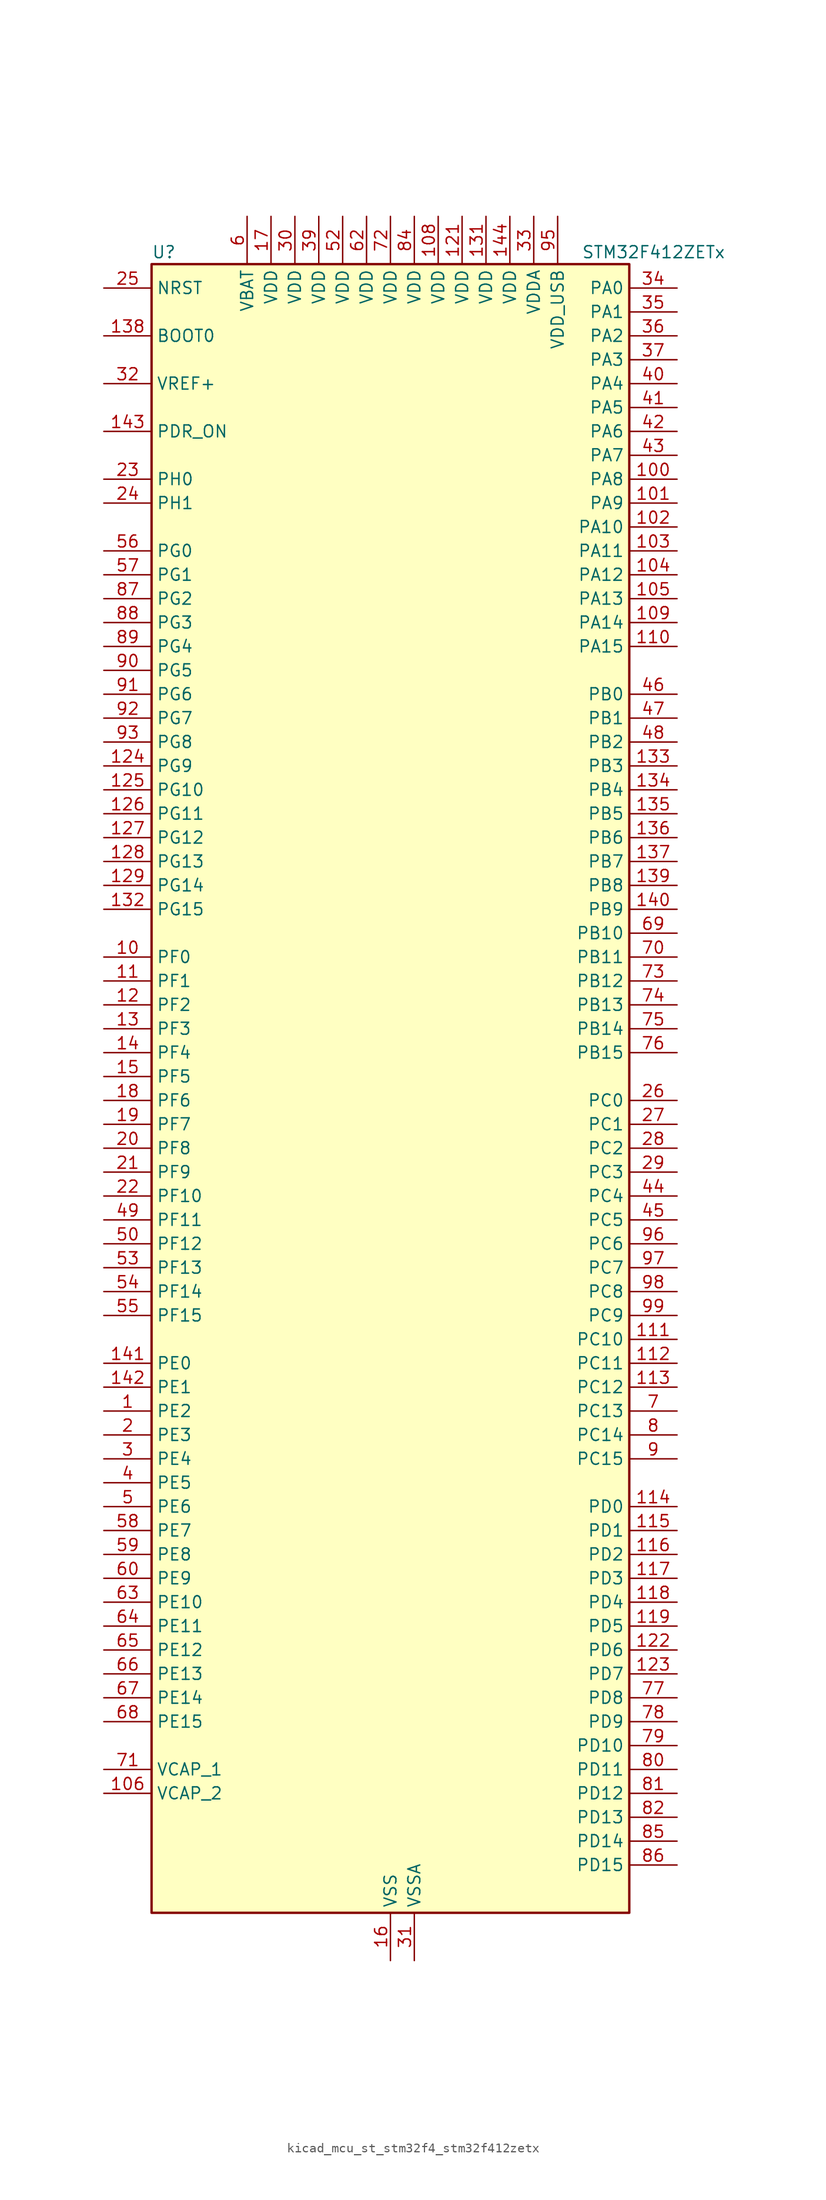
<source format=kicad_sym>
(kicad_symbol_lib
  (version 20220914)
  (generator kicad_symbol_editor)
  (symbol "kicad_mcu_st_stm32f4_stm32f412zetx"
    (property "Reference" "U"
      (at -25.4 90.17 0)
      (effects (font (size 1.27 1.27)) (justify left)))
    (property "Value" "STM32F412ZETx"
      (at 20.32 90.17 0)
      (effects (font (size 1.27 1.27)) (justify left)))
    (property "ki_locked" ""
      (at 0 0 0)
      (effects (font (size 1.27 1.27))))
    (symbol "kicad_mcu_st_stm32f4_stm32f412zetx_0_1"
      (rectangle (start -25.4 -86.36) (end 25.4 88.9) (stroke (width 0.254) (type default)) (fill (type background))))
    (symbol "kicad_mcu_st_stm32f4_stm32f412zetx_1_1"
      (pin bidirectional line (at -30.48 -33.02 0) (length 5.08) (name "PE2" (effects (font (size 1.27 1.27)))) (number "1" (effects (font (size 1.27 1.27)))) (alternate "FSMC_A23" bidirectional line) (alternate "I2S4_CK" bidirectional line) (alternate "I2S5_CK" bidirectional line) (alternate "QUADSPI_BK1_IO2" bidirectional line) (alternate "SPI4_SCK" bidirectional line) (alternate "SPI5_SCK" bidirectional line) (alternate "SYS_TRACECLK" bidirectional line))
      (pin bidirectional line (at -30.48 15.24 0) (length 5.08) (name "PF0" (effects (font (size 1.27 1.27)))) (number "10" (effects (font (size 1.27 1.27)))) (alternate "FSMC_A0" bidirectional line) (alternate "I2C2_SDA" bidirectional line))
      (pin bidirectional line (at 30.48 66.04 180) (length 5.08) (name "PA8" (effects (font (size 1.27 1.27)))) (number "100" (effects (font (size 1.27 1.27)))) (alternate "I2C3_SCL" bidirectional line) (alternate "RCC_MCO_1" bidirectional line) (alternate "SDIO_D1" bidirectional line) (alternate "TIM1_CH1" bidirectional line) (alternate "USART1_CK" bidirectional line) (alternate "USB_OTG_FS_SOF" bidirectional line))
      (pin bidirectional line (at 30.48 63.5 180) (length 5.08) (name "PA9" (effects (font (size 1.27 1.27)))) (number "101" (effects (font (size 1.27 1.27)))) (alternate "I2C3_SMBA" bidirectional line) (alternate "SDIO_D2" bidirectional line) (alternate "TIM1_CH2" bidirectional line) (alternate "USART1_TX" bidirectional line) (alternate "USB_OTG_FS_VBUS" bidirectional line))
      (pin bidirectional line (at 30.48 60.96 180) (length 5.08) (name "PA10" (effects (font (size 1.27 1.27)))) (number "102" (effects (font (size 1.27 1.27)))) (alternate "I2S5_SD" bidirectional line) (alternate "SPI5_MOSI" bidirectional line) (alternate "TIM1_CH3" bidirectional line) (alternate "USART1_RX" bidirectional line) (alternate "USB_OTG_FS_ID" bidirectional line))
      (pin bidirectional line (at 30.48 58.42 180) (length 5.08) (name "PA11" (effects (font (size 1.27 1.27)))) (number "103" (effects (font (size 1.27 1.27)))) (alternate "ADC1_EXTI11" bidirectional line) (alternate "CAN1_RX" bidirectional line) (alternate "SPI4_MISO" bidirectional line) (alternate "TIM1_CH4" bidirectional line) (alternate "USART1_CTS" bidirectional line) (alternate "USART6_TX" bidirectional line) (alternate "USB_OTG_FS_DM" bidirectional line))
      (pin bidirectional line (at 30.48 55.88 180) (length 5.08) (name "PA12" (effects (font (size 1.27 1.27)))) (number "104" (effects (font (size 1.27 1.27)))) (alternate "CAN1_TX" bidirectional line) (alternate "SPI5_MISO" bidirectional line) (alternate "TIM1_ETR" bidirectional line) (alternate "USART1_RTS" bidirectional line) (alternate "USART6_RX" bidirectional line) (alternate "USB_OTG_FS_DP" bidirectional line))
      (pin bidirectional line (at 30.48 53.34 180) (length 5.08) (name "PA13" (effects (font (size 1.27 1.27)))) (number "105" (effects (font (size 1.27 1.27)))) (alternate "SYS_JTMS-SWDIO" bidirectional line))
      (pin power_out line (at -30.48 -73.66 0) (length 5.08) (name "VCAP_2" (effects (font (size 1.27 1.27)))) (number "106" (effects (font (size 1.27 1.27)))))
      (pin passive line (at 0 -91.44 90) (length 5.08) hide (name "VSS" (effects (font (size 1.27 1.27)))) (number "107" (effects (font (size 1.27 1.27)))))
      (pin power_in line (at 5.08 93.98 270) (length 5.08) (name "VDD" (effects (font (size 1.27 1.27)))) (number "108" (effects (font (size 1.27 1.27)))))
      (pin bidirectional line (at 30.48 50.8 180) (length 5.08) (name "PA14" (effects (font (size 1.27 1.27)))) (number "109" (effects (font (size 1.27 1.27)))) (alternate "SYS_JTCK-SWCLK" bidirectional line))
      (pin bidirectional line (at -30.48 12.7 0) (length 5.08) (name "PF1" (effects (font (size 1.27 1.27)))) (number "11" (effects (font (size 1.27 1.27)))) (alternate "FSMC_A1" bidirectional line) (alternate "I2C2_SCL" bidirectional line))
      (pin bidirectional line (at 30.48 48.26 180) (length 5.08) (name "PA15" (effects (font (size 1.27 1.27)))) (number "110" (effects (font (size 1.27 1.27)))) (alternate "ADC1_EXTI15" bidirectional line) (alternate "I2S1_WS" bidirectional line) (alternate "I2S3_WS" bidirectional line) (alternate "SPI1_NSS" bidirectional line) (alternate "SPI3_NSS" bidirectional line) (alternate "SYS_JTDI" bidirectional line) (alternate "TIM2_CH1" bidirectional line) (alternate "TIM2_ETR" bidirectional line) (alternate "USART1_TX" bidirectional line))
      (pin bidirectional line (at 30.48 -25.4 180) (length 5.08) (name "PC10" (effects (font (size 1.27 1.27)))) (number "111" (effects (font (size 1.27 1.27)))) (alternate "I2S3_CK" bidirectional line) (alternate "QUADSPI_BK1_IO1" bidirectional line) (alternate "SDIO_D2" bidirectional line) (alternate "SPI3_SCK" bidirectional line) (alternate "USART3_TX" bidirectional line))
      (pin bidirectional line (at 30.48 -27.94 180) (length 5.08) (name "PC11" (effects (font (size 1.27 1.27)))) (number "112" (effects (font (size 1.27 1.27)))) (alternate "ADC1_EXTI11" bidirectional line) (alternate "FSMC_D2" bidirectional line) (alternate "FSMC_DA2" bidirectional line) (alternate "I2S3_ext_SD" bidirectional line) (alternate "QUADSPI_BK2_NCS" bidirectional line) (alternate "SDIO_D3" bidirectional line) (alternate "SPI3_MISO" bidirectional line) (alternate "USART3_RX" bidirectional line))
      (pin bidirectional line (at 30.48 -30.48 180) (length 5.08) (name "PC12" (effects (font (size 1.27 1.27)))) (number "113" (effects (font (size 1.27 1.27)))) (alternate "FSMC_D3" bidirectional line) (alternate "FSMC_DA3" bidirectional line) (alternate "I2S3_SD" bidirectional line) (alternate "SDIO_CK" bidirectional line) (alternate "SPI3_MOSI" bidirectional line) (alternate "USART3_CK" bidirectional line))
      (pin bidirectional line (at 30.48 -43.18 180) (length 5.08) (name "PD0" (effects (font (size 1.27 1.27)))) (number "114" (effects (font (size 1.27 1.27)))) (alternate "CAN1_RX" bidirectional line) (alternate "FSMC_D2" bidirectional line) (alternate "FSMC_DA2" bidirectional line))
      (pin bidirectional line (at 30.48 -45.72 180) (length 5.08) (name "PD1" (effects (font (size 1.27 1.27)))) (number "115" (effects (font (size 1.27 1.27)))) (alternate "CAN1_TX" bidirectional line) (alternate "FSMC_D3" bidirectional line) (alternate "FSMC_DA3" bidirectional line))
      (pin bidirectional line (at 30.48 -48.26 180) (length 5.08) (name "PD2" (effects (font (size 1.27 1.27)))) (number "116" (effects (font (size 1.27 1.27)))) (alternate "FSMC_NWE" bidirectional line) (alternate "SDIO_CMD" bidirectional line) (alternate "TIM3_ETR" bidirectional line))
      (pin bidirectional line (at 30.48 -50.8 180) (length 5.08) (name "PD3" (effects (font (size 1.27 1.27)))) (number "117" (effects (font (size 1.27 1.27)))) (alternate "DFSDM1_DATIN0" bidirectional line) (alternate "FSMC_CLK" bidirectional line) (alternate "I2S2_CK" bidirectional line) (alternate "QUADSPI_CLK" bidirectional line) (alternate "SPI2_SCK" bidirectional line) (alternate "SYS_TRACED1" bidirectional line) (alternate "USART2_CTS" bidirectional line))
      (pin bidirectional line (at 30.48 -53.34 180) (length 5.08) (name "PD4" (effects (font (size 1.27 1.27)))) (number "118" (effects (font (size 1.27 1.27)))) (alternate "DFSDM1_CKIN0" bidirectional line) (alternate "FSMC_NOE" bidirectional line) (alternate "USART2_RTS" bidirectional line))
      (pin bidirectional line (at 30.48 -55.88 180) (length 5.08) (name "PD5" (effects (font (size 1.27 1.27)))) (number "119" (effects (font (size 1.27 1.27)))) (alternate "FSMC_NWE" bidirectional line) (alternate "USART2_TX" bidirectional line))
      (pin bidirectional line (at -30.48 10.16 0) (length 5.08) (name "PF2" (effects (font (size 1.27 1.27)))) (number "12" (effects (font (size 1.27 1.27)))) (alternate "FSMC_A2" bidirectional line) (alternate "I2C2_SMBA" bidirectional line))
      (pin passive line (at 0 -91.44 90) (length 5.08) hide (name "VSS" (effects (font (size 1.27 1.27)))) (number "120" (effects (font (size 1.27 1.27)))))
      (pin power_in line (at 7.62 93.98 270) (length 5.08) (name "VDD" (effects (font (size 1.27 1.27)))) (number "121" (effects (font (size 1.27 1.27)))))
      (pin bidirectional line (at 30.48 -58.42 180) (length 5.08) (name "PD6" (effects (font (size 1.27 1.27)))) (number "122" (effects (font (size 1.27 1.27)))) (alternate "DFSDM1_DATIN1" bidirectional line) (alternate "FSMC_NWAIT" bidirectional line) (alternate "I2S3_SD" bidirectional line) (alternate "SPI3_MOSI" bidirectional line) (alternate "USART2_RX" bidirectional line))
      (pin bidirectional line (at 30.48 -60.96 180) (length 5.08) (name "PD7" (effects (font (size 1.27 1.27)))) (number "123" (effects (font (size 1.27 1.27)))) (alternate "DFSDM1_CKIN1" bidirectional line) (alternate "FSMC_NE1" bidirectional line) (alternate "USART2_CK" bidirectional line))
      (pin bidirectional line (at -30.48 35.56 0) (length 5.08) (name "PG9" (effects (font (size 1.27 1.27)))) (number "124" (effects (font (size 1.27 1.27)))) (alternate "FSMC_NE2" bidirectional line) (alternate "QUADSPI_BK2_IO2" bidirectional line) (alternate "USART6_RX" bidirectional line))
      (pin bidirectional line (at -30.48 33.02 0) (length 5.08) (name "PG10" (effects (font (size 1.27 1.27)))) (number "125" (effects (font (size 1.27 1.27)))) (alternate "FSMC_NE3" bidirectional line))
      (pin bidirectional line (at -30.48 30.48 0) (length 5.08) (name "PG11" (effects (font (size 1.27 1.27)))) (number "126" (effects (font (size 1.27 1.27)))) (alternate "ADC1_EXTI11" bidirectional line) (alternate "CAN2_RX" bidirectional line))
      (pin bidirectional line (at -30.48 27.94 0) (length 5.08) (name "PG12" (effects (font (size 1.27 1.27)))) (number "127" (effects (font (size 1.27 1.27)))) (alternate "CAN2_TX" bidirectional line) (alternate "FSMC_NE4" bidirectional line) (alternate "USART6_RTS" bidirectional line))
      (pin bidirectional line (at -30.48 25.4 0) (length 5.08) (name "PG13" (effects (font (size 1.27 1.27)))) (number "128" (effects (font (size 1.27 1.27)))) (alternate "FSMC_A24" bidirectional line) (alternate "SYS_TRACED2" bidirectional line) (alternate "USART6_CTS" bidirectional line))
      (pin bidirectional line (at -30.48 22.86 0) (length 5.08) (name "PG14" (effects (font (size 1.27 1.27)))) (number "129" (effects (font (size 1.27 1.27)))) (alternate "FSMC_A25" bidirectional line) (alternate "QUADSPI_BK2_IO3" bidirectional line) (alternate "SYS_TRACED3" bidirectional line) (alternate "USART6_TX" bidirectional line))
      (pin bidirectional line (at -30.48 7.62 0) (length 5.08) (name "PF3" (effects (font (size 1.27 1.27)))) (number "13" (effects (font (size 1.27 1.27)))) (alternate "FSMC_A3" bidirectional line) (alternate "TIM5_CH1" bidirectional line))
      (pin passive line (at 0 -91.44 90) (length 5.08) hide (name "VSS" (effects (font (size 1.27 1.27)))) (number "130" (effects (font (size 1.27 1.27)))))
      (pin power_in line (at 10.16 93.98 270) (length 5.08) (name "VDD" (effects (font (size 1.27 1.27)))) (number "131" (effects (font (size 1.27 1.27)))))
      (pin bidirectional line (at -30.48 20.32 0) (length 5.08) (name "PG15" (effects (font (size 1.27 1.27)))) (number "132" (effects (font (size 1.27 1.27)))) (alternate "ADC1_EXTI15" bidirectional line) (alternate "USART6_CTS" bidirectional line))
      (pin bidirectional line (at 30.48 35.56 180) (length 5.08) (name "PB3" (effects (font (size 1.27 1.27)))) (number "133" (effects (font (size 1.27 1.27)))) (alternate "FMPI2C1_SDA" bidirectional line) (alternate "I2C2_SDA" bidirectional line) (alternate "I2S1_CK" bidirectional line) (alternate "I2S3_CK" bidirectional line) (alternate "SPI1_SCK" bidirectional line) (alternate "SPI3_SCK" bidirectional line) (alternate "SYS_JTDO-SWO" bidirectional line) (alternate "TIM2_CH2" bidirectional line) (alternate "USART1_RX" bidirectional line))
      (pin bidirectional line (at 30.48 33.02 180) (length 5.08) (name "PB4" (effects (font (size 1.27 1.27)))) (number "134" (effects (font (size 1.27 1.27)))) (alternate "I2C3_SDA" bidirectional line) (alternate "I2S3_ext_SD" bidirectional line) (alternate "SDIO_D0" bidirectional line) (alternate "SPI1_MISO" bidirectional line) (alternate "SPI3_MISO" bidirectional line) (alternate "SYS_JTRST" bidirectional line) (alternate "TIM3_CH1" bidirectional line))
      (pin bidirectional line (at 30.48 30.48 180) (length 5.08) (name "PB5" (effects (font (size 1.27 1.27)))) (number "135" (effects (font (size 1.27 1.27)))) (alternate "CAN2_RX" bidirectional line) (alternate "I2C1_SMBA" bidirectional line) (alternate "I2S1_SD" bidirectional line) (alternate "I2S3_SD" bidirectional line) (alternate "SDIO_D3" bidirectional line) (alternate "SPI1_MOSI" bidirectional line) (alternate "SPI3_MOSI" bidirectional line) (alternate "TIM3_CH2" bidirectional line))
      (pin bidirectional line (at 30.48 27.94 180) (length 5.08) (name "PB6" (effects (font (size 1.27 1.27)))) (number "136" (effects (font (size 1.27 1.27)))) (alternate "CAN2_TX" bidirectional line) (alternate "I2C1_SCL" bidirectional line) (alternate "QUADSPI_BK1_NCS" bidirectional line) (alternate "SDIO_D0" bidirectional line) (alternate "TIM4_CH1" bidirectional line) (alternate "USART1_TX" bidirectional line))
      (pin bidirectional line (at 30.48 25.4 180) (length 5.08) (name "PB7" (effects (font (size 1.27 1.27)))) (number "137" (effects (font (size 1.27 1.27)))) (alternate "FSMC_NL" bidirectional line) (alternate "I2C1_SDA" bidirectional line) (alternate "TIM4_CH2" bidirectional line) (alternate "USART1_RX" bidirectional line))
      (pin input line (at -30.48 81.28 0) (length 5.08) (name "BOOT0" (effects (font (size 1.27 1.27)))) (number "138" (effects (font (size 1.27 1.27)))))
      (pin bidirectional line (at 30.48 22.86 180) (length 5.08) (name "PB8" (effects (font (size 1.27 1.27)))) (number "139" (effects (font (size 1.27 1.27)))) (alternate "CAN1_RX" bidirectional line) (alternate "I2C1_SCL" bidirectional line) (alternate "I2C3_SDA" bidirectional line) (alternate "I2S5_SD" bidirectional line) (alternate "SDIO_D4" bidirectional line) (alternate "SPI5_MOSI" bidirectional line) (alternate "TIM10_CH1" bidirectional line) (alternate "TIM4_CH3" bidirectional line))
      (pin bidirectional line (at -30.48 5.08 0) (length 5.08) (name "PF4" (effects (font (size 1.27 1.27)))) (number "14" (effects (font (size 1.27 1.27)))) (alternate "FSMC_A4" bidirectional line) (alternate "TIM5_CH2" bidirectional line))
      (pin bidirectional line (at 30.48 20.32 180) (length 5.08) (name "PB9" (effects (font (size 1.27 1.27)))) (number "140" (effects (font (size 1.27 1.27)))) (alternate "CAN1_TX" bidirectional line) (alternate "I2C1_SDA" bidirectional line) (alternate "I2C2_SDA" bidirectional line) (alternate "I2S2_WS" bidirectional line) (alternate "SDIO_D5" bidirectional line) (alternate "SPI2_NSS" bidirectional line) (alternate "TIM11_CH1" bidirectional line) (alternate "TIM4_CH4" bidirectional line))
      (pin bidirectional line (at -30.48 -27.94 0) (length 5.08) (name "PE0" (effects (font (size 1.27 1.27)))) (number "141" (effects (font (size 1.27 1.27)))) (alternate "FSMC_NBL0" bidirectional line) (alternate "TIM4_ETR" bidirectional line))
      (pin bidirectional line (at -30.48 -30.48 0) (length 5.08) (name "PE1" (effects (font (size 1.27 1.27)))) (number "142" (effects (font (size 1.27 1.27)))) (alternate "FSMC_NBL1" bidirectional line))
      (pin input line (at -30.48 71.12 0) (length 5.08) (name "PDR_ON" (effects (font (size 1.27 1.27)))) (number "143" (effects (font (size 1.27 1.27)))))
      (pin power_in line (at 12.7 93.98 270) (length 5.08) (name "VDD" (effects (font (size 1.27 1.27)))) (number "144" (effects (font (size 1.27 1.27)))))
      (pin bidirectional line (at -30.48 2.54 0) (length 5.08) (name "PF5" (effects (font (size 1.27 1.27)))) (number "15" (effects (font (size 1.27 1.27)))) (alternate "FSMC_A5" bidirectional line) (alternate "TIM5_CH3" bidirectional line))
      (pin power_in line (at 0 -91.44 90) (length 5.08) (name "VSS" (effects (font (size 1.27 1.27)))) (number "16" (effects (font (size 1.27 1.27)))))
      (pin power_in line (at -12.7 93.98 270) (length 5.08) (name "VDD" (effects (font (size 1.27 1.27)))) (number "17" (effects (font (size 1.27 1.27)))))
      (pin bidirectional line (at -30.48 0 0) (length 5.08) (name "PF6" (effects (font (size 1.27 1.27)))) (number "18" (effects (font (size 1.27 1.27)))) (alternate "QUADSPI_BK1_IO3" bidirectional line) (alternate "SYS_TRACED0" bidirectional line) (alternate "TIM10_CH1" bidirectional line))
      (pin bidirectional line (at -30.48 -2.54 0) (length 5.08) (name "PF7" (effects (font (size 1.27 1.27)))) (number "19" (effects (font (size 1.27 1.27)))) (alternate "QUADSPI_BK1_IO2" bidirectional line) (alternate "SYS_TRACED1" bidirectional line) (alternate "TIM11_CH1" bidirectional line))
      (pin bidirectional line (at -30.48 -35.56 0) (length 5.08) (name "PE3" (effects (font (size 1.27 1.27)))) (number "2" (effects (font (size 1.27 1.27)))) (alternate "FSMC_A19" bidirectional line) (alternate "SYS_TRACED0" bidirectional line))
      (pin bidirectional line (at -30.48 -5.08 0) (length 5.08) (name "PF8" (effects (font (size 1.27 1.27)))) (number "20" (effects (font (size 1.27 1.27)))) (alternate "QUADSPI_BK1_IO0" bidirectional line) (alternate "TIM13_CH1" bidirectional line))
      (pin bidirectional line (at -30.48 -7.62 0) (length 5.08) (name "PF9" (effects (font (size 1.27 1.27)))) (number "21" (effects (font (size 1.27 1.27)))) (alternate "QUADSPI_BK1_IO1" bidirectional line) (alternate "TIM14_CH1" bidirectional line))
      (pin bidirectional line (at -30.48 -10.16 0) (length 5.08) (name "PF10" (effects (font (size 1.27 1.27)))) (number "22" (effects (font (size 1.27 1.27)))) (alternate "TIM1_ETR" bidirectional line) (alternate "TIM5_CH4" bidirectional line))
      (pin bidirectional line (at -30.48 66.04 0) (length 5.08) (name "PH0" (effects (font (size 1.27 1.27)))) (number "23" (effects (font (size 1.27 1.27)))) (alternate "RCC_OSC_IN" bidirectional line))
      (pin bidirectional line (at -30.48 63.5 0) (length 5.08) (name "PH1" (effects (font (size 1.27 1.27)))) (number "24" (effects (font (size 1.27 1.27)))) (alternate "RCC_OSC_OUT" bidirectional line))
      (pin input line (at -30.48 86.36 0) (length 5.08) (name "NRST" (effects (font (size 1.27 1.27)))) (number "25" (effects (font (size 1.27 1.27)))))
      (pin bidirectional line (at 30.48 0 180) (length 5.08) (name "PC0" (effects (font (size 1.27 1.27)))) (number "26" (effects (font (size 1.27 1.27)))) (alternate "ADC1_IN10" bidirectional line) (alternate "SYS_WKUP2" bidirectional line))
      (pin bidirectional line (at 30.48 -2.54 180) (length 5.08) (name "PC1" (effects (font (size 1.27 1.27)))) (number "27" (effects (font (size 1.27 1.27)))) (alternate "ADC1_IN11" bidirectional line) (alternate "SYS_WKUP3" bidirectional line))
      (pin bidirectional line (at 30.48 -5.08 180) (length 5.08) (name "PC2" (effects (font (size 1.27 1.27)))) (number "28" (effects (font (size 1.27 1.27)))) (alternate "ADC1_IN12" bidirectional line) (alternate "DFSDM1_CKOUT" bidirectional line) (alternate "FSMC_NWE" bidirectional line) (alternate "I2S2_ext_SD" bidirectional line) (alternate "SPI2_MISO" bidirectional line))
      (pin bidirectional line (at 30.48 -7.62 180) (length 5.08) (name "PC3" (effects (font (size 1.27 1.27)))) (number "29" (effects (font (size 1.27 1.27)))) (alternate "ADC1_IN13" bidirectional line) (alternate "FSMC_A0" bidirectional line) (alternate "I2S2_SD" bidirectional line) (alternate "SPI2_MOSI" bidirectional line))
      (pin bidirectional line (at -30.48 -38.1 0) (length 5.08) (name "PE4" (effects (font (size 1.27 1.27)))) (number "3" (effects (font (size 1.27 1.27)))) (alternate "DFSDM1_DATIN3" bidirectional line) (alternate "FSMC_A20" bidirectional line) (alternate "I2S4_WS" bidirectional line) (alternate "I2S5_WS" bidirectional line) (alternate "SPI4_NSS" bidirectional line) (alternate "SPI5_NSS" bidirectional line) (alternate "SYS_TRACED1" bidirectional line))
      (pin power_in line (at -10.16 93.98 270) (length 5.08) (name "VDD" (effects (font (size 1.27 1.27)))) (number "30" (effects (font (size 1.27 1.27)))))
      (pin power_in line (at 2.54 -91.44 90) (length 5.08) (name "VSSA" (effects (font (size 1.27 1.27)))) (number "31" (effects (font (size 1.27 1.27)))))
      (pin input line (at -30.48 76.2 0) (length 5.08) (name "VREF+" (effects (font (size 1.27 1.27)))) (number "32" (effects (font (size 1.27 1.27)))))
      (pin power_in line (at 15.24 93.98 270) (length 5.08) (name "VDDA" (effects (font (size 1.27 1.27)))) (number "33" (effects (font (size 1.27 1.27)))))
      (pin bidirectional line (at 30.48 86.36 180) (length 5.08) (name "PA0" (effects (font (size 1.27 1.27)))) (number "34" (effects (font (size 1.27 1.27)))) (alternate "ADC1_IN0" bidirectional line) (alternate "SYS_WKUP1" bidirectional line) (alternate "TIM2_CH1" bidirectional line) (alternate "TIM2_ETR" bidirectional line) (alternate "TIM5_CH1" bidirectional line) (alternate "TIM8_ETR" bidirectional line) (alternate "USART2_CTS" bidirectional line))
      (pin bidirectional line (at 30.48 83.82 180) (length 5.08) (name "PA1" (effects (font (size 1.27 1.27)))) (number "35" (effects (font (size 1.27 1.27)))) (alternate "ADC1_IN1" bidirectional line) (alternate "I2S4_SD" bidirectional line) (alternate "QUADSPI_BK1_IO3" bidirectional line) (alternate "SPI4_MOSI" bidirectional line) (alternate "TIM2_CH2" bidirectional line) (alternate "TIM5_CH2" bidirectional line) (alternate "USART2_RTS" bidirectional line))
      (pin bidirectional line (at 30.48 81.28 180) (length 5.08) (name "PA2" (effects (font (size 1.27 1.27)))) (number "36" (effects (font (size 1.27 1.27)))) (alternate "ADC1_IN2" bidirectional line) (alternate "FSMC_D4" bidirectional line) (alternate "FSMC_DA4" bidirectional line) (alternate "I2S_CKIN" bidirectional line) (alternate "TIM2_CH3" bidirectional line) (alternate "TIM5_CH3" bidirectional line) (alternate "TIM9_CH1" bidirectional line) (alternate "USART2_TX" bidirectional line))
      (pin bidirectional line (at 30.48 78.74 180) (length 5.08) (name "PA3" (effects (font (size 1.27 1.27)))) (number "37" (effects (font (size 1.27 1.27)))) (alternate "ADC1_IN3" bidirectional line) (alternate "FSMC_D5" bidirectional line) (alternate "FSMC_DA5" bidirectional line) (alternate "I2S2_MCK" bidirectional line) (alternate "TIM2_CH4" bidirectional line) (alternate "TIM5_CH4" bidirectional line) (alternate "TIM9_CH2" bidirectional line) (alternate "USART2_RX" bidirectional line))
      (pin passive line (at 0 -91.44 90) (length 5.08) hide (name "VSS" (effects (font (size 1.27 1.27)))) (number "38" (effects (font (size 1.27 1.27)))))
      (pin power_in line (at -7.62 93.98 270) (length 5.08) (name "VDD" (effects (font (size 1.27 1.27)))) (number "39" (effects (font (size 1.27 1.27)))))
      (pin bidirectional line (at -30.48 -40.64 0) (length 5.08) (name "PE5" (effects (font (size 1.27 1.27)))) (number "4" (effects (font (size 1.27 1.27)))) (alternate "DFSDM1_CKIN3" bidirectional line) (alternate "FSMC_A21" bidirectional line) (alternate "SPI4_MISO" bidirectional line) (alternate "SPI5_MISO" bidirectional line) (alternate "SYS_TRACED2" bidirectional line) (alternate "TIM9_CH1" bidirectional line))
      (pin bidirectional line (at 30.48 76.2 180) (length 5.08) (name "PA4" (effects (font (size 1.27 1.27)))) (number "40" (effects (font (size 1.27 1.27)))) (alternate "ADC1_IN4" bidirectional line) (alternate "DFSDM1_DATIN1" bidirectional line) (alternate "FSMC_D6" bidirectional line) (alternate "FSMC_DA6" bidirectional line) (alternate "I2S1_WS" bidirectional line) (alternate "I2S3_WS" bidirectional line) (alternate "SPI1_NSS" bidirectional line) (alternate "SPI3_NSS" bidirectional line) (alternate "USART2_CK" bidirectional line))
      (pin bidirectional line (at 30.48 73.66 180) (length 5.08) (name "PA5" (effects (font (size 1.27 1.27)))) (number "41" (effects (font (size 1.27 1.27)))) (alternate "ADC1_IN5" bidirectional line) (alternate "DFSDM1_CKIN1" bidirectional line) (alternate "FSMC_D7" bidirectional line) (alternate "FSMC_DA7" bidirectional line) (alternate "I2S1_CK" bidirectional line) (alternate "SPI1_SCK" bidirectional line) (alternate "TIM2_CH1" bidirectional line) (alternate "TIM2_ETR" bidirectional line) (alternate "TIM8_CH1N" bidirectional line))
      (pin bidirectional line (at 30.48 71.12 180) (length 5.08) (name "PA6" (effects (font (size 1.27 1.27)))) (number "42" (effects (font (size 1.27 1.27)))) (alternate "ADC1_IN6" bidirectional line) (alternate "I2S2_MCK" bidirectional line) (alternate "QUADSPI_BK2_IO0" bidirectional line) (alternate "SDIO_CMD" bidirectional line) (alternate "SPI1_MISO" bidirectional line) (alternate "TIM13_CH1" bidirectional line) (alternate "TIM1_BKIN" bidirectional line) (alternate "TIM3_CH1" bidirectional line) (alternate "TIM8_BKIN" bidirectional line))
      (pin bidirectional line (at 30.48 68.58 180) (length 5.08) (name "PA7" (effects (font (size 1.27 1.27)))) (number "43" (effects (font (size 1.27 1.27)))) (alternate "ADC1_IN7" bidirectional line) (alternate "I2S1_SD" bidirectional line) (alternate "QUADSPI_BK2_IO1" bidirectional line) (alternate "SPI1_MOSI" bidirectional line) (alternate "TIM14_CH1" bidirectional line) (alternate "TIM1_CH1N" bidirectional line) (alternate "TIM3_CH2" bidirectional line) (alternate "TIM8_CH1N" bidirectional line))
      (pin bidirectional line (at 30.48 -10.16 180) (length 5.08) (name "PC4" (effects (font (size 1.27 1.27)))) (number "44" (effects (font (size 1.27 1.27)))) (alternate "ADC1_IN14" bidirectional line) (alternate "FSMC_NE4" bidirectional line) (alternate "I2S1_MCK" bidirectional line) (alternate "QUADSPI_BK2_IO2" bidirectional line))
      (pin bidirectional line (at 30.48 -12.7 180) (length 5.08) (name "PC5" (effects (font (size 1.27 1.27)))) (number "45" (effects (font (size 1.27 1.27)))) (alternate "ADC1_IN15" bidirectional line) (alternate "FMPI2C1_SMBA" bidirectional line) (alternate "FSMC_NOE" bidirectional line) (alternate "QUADSPI_BK2_IO3" bidirectional line) (alternate "USART3_RX" bidirectional line))
      (pin bidirectional line (at 30.48 43.18 180) (length 5.08) (name "PB0" (effects (font (size 1.27 1.27)))) (number "46" (effects (font (size 1.27 1.27)))) (alternate "ADC1_IN8" bidirectional line) (alternate "I2S5_CK" bidirectional line) (alternate "SPI5_SCK" bidirectional line) (alternate "TIM1_CH2N" bidirectional line) (alternate "TIM3_CH3" bidirectional line) (alternate "TIM8_CH2N" bidirectional line))
      (pin bidirectional line (at 30.48 40.64 180) (length 5.08) (name "PB1" (effects (font (size 1.27 1.27)))) (number "47" (effects (font (size 1.27 1.27)))) (alternate "ADC1_IN9" bidirectional line) (alternate "DFSDM1_DATIN0" bidirectional line) (alternate "I2S5_WS" bidirectional line) (alternate "QUADSPI_CLK" bidirectional line) (alternate "SPI5_NSS" bidirectional line) (alternate "TIM1_CH3N" bidirectional line) (alternate "TIM3_CH4" bidirectional line) (alternate "TIM8_CH3N" bidirectional line))
      (pin bidirectional line (at 30.48 38.1 180) (length 5.08) (name "PB2" (effects (font (size 1.27 1.27)))) (number "48" (effects (font (size 1.27 1.27)))) (alternate "DFSDM1_CKIN0" bidirectional line) (alternate "QUADSPI_CLK" bidirectional line))
      (pin bidirectional line (at -30.48 -12.7 0) (length 5.08) (name "PF11" (effects (font (size 1.27 1.27)))) (number "49" (effects (font (size 1.27 1.27)))) (alternate "ADC1_EXTI11" bidirectional line) (alternate "TIM8_ETR" bidirectional line))
      (pin bidirectional line (at -30.48 -43.18 0) (length 5.08) (name "PE6" (effects (font (size 1.27 1.27)))) (number "5" (effects (font (size 1.27 1.27)))) (alternate "FSMC_A22" bidirectional line) (alternate "I2S4_SD" bidirectional line) (alternate "I2S5_SD" bidirectional line) (alternate "SPI4_MOSI" bidirectional line) (alternate "SPI5_MOSI" bidirectional line) (alternate "SYS_TRACED3" bidirectional line) (alternate "TIM9_CH2" bidirectional line))
      (pin bidirectional line (at -30.48 -15.24 0) (length 5.08) (name "PF12" (effects (font (size 1.27 1.27)))) (number "50" (effects (font (size 1.27 1.27)))) (alternate "FSMC_A6" bidirectional line) (alternate "TIM8_BKIN" bidirectional line))
      (pin passive line (at 0 -91.44 90) (length 5.08) hide (name "VSS" (effects (font (size 1.27 1.27)))) (number "51" (effects (font (size 1.27 1.27)))))
      (pin power_in line (at -5.08 93.98 270) (length 5.08) (name "VDD" (effects (font (size 1.27 1.27)))) (number "52" (effects (font (size 1.27 1.27)))))
      (pin bidirectional line (at -30.48 -17.78 0) (length 5.08) (name "PF13" (effects (font (size 1.27 1.27)))) (number "53" (effects (font (size 1.27 1.27)))) (alternate "FMPI2C1_SMBA" bidirectional line) (alternate "FSMC_A7" bidirectional line))
      (pin bidirectional line (at -30.48 -20.32 0) (length 5.08) (name "PF14" (effects (font (size 1.27 1.27)))) (number "54" (effects (font (size 1.27 1.27)))) (alternate "FMPI2C1_SCL" bidirectional line) (alternate "FSMC_A8" bidirectional line))
      (pin bidirectional line (at -30.48 -22.86 0) (length 5.08) (name "PF15" (effects (font (size 1.27 1.27)))) (number "55" (effects (font (size 1.27 1.27)))) (alternate "ADC1_EXTI15" bidirectional line) (alternate "FMPI2C1_SDA" bidirectional line) (alternate "FSMC_A9" bidirectional line))
      (pin bidirectional line (at -30.48 58.42 0) (length 5.08) (name "PG0" (effects (font (size 1.27 1.27)))) (number "56" (effects (font (size 1.27 1.27)))) (alternate "CAN1_RX" bidirectional line) (alternate "FSMC_A10" bidirectional line))
      (pin bidirectional line (at -30.48 55.88 0) (length 5.08) (name "PG1" (effects (font (size 1.27 1.27)))) (number "57" (effects (font (size 1.27 1.27)))) (alternate "CAN1_TX" bidirectional line) (alternate "FSMC_A11" bidirectional line))
      (pin bidirectional line (at -30.48 -45.72 0) (length 5.08) (name "PE7" (effects (font (size 1.27 1.27)))) (number "58" (effects (font (size 1.27 1.27)))) (alternate "DFSDM1_DATIN2" bidirectional line) (alternate "FSMC_D4" bidirectional line) (alternate "FSMC_DA4" bidirectional line) (alternate "QUADSPI_BK2_IO0" bidirectional line) (alternate "TIM1_ETR" bidirectional line))
      (pin bidirectional line (at -30.48 -48.26 0) (length 5.08) (name "PE8" (effects (font (size 1.27 1.27)))) (number "59" (effects (font (size 1.27 1.27)))) (alternate "DFSDM1_CKIN2" bidirectional line) (alternate "FSMC_D5" bidirectional line) (alternate "FSMC_DA5" bidirectional line) (alternate "QUADSPI_BK2_IO1" bidirectional line) (alternate "TIM1_CH1N" bidirectional line))
      (pin power_in line (at -15.24 93.98 270) (length 5.08) (name "VBAT" (effects (font (size 1.27 1.27)))) (number "6" (effects (font (size 1.27 1.27)))))
      (pin bidirectional line (at -30.48 -50.8 0) (length 5.08) (name "PE9" (effects (font (size 1.27 1.27)))) (number "60" (effects (font (size 1.27 1.27)))) (alternate "DFSDM1_CKOUT" bidirectional line) (alternate "FSMC_D6" bidirectional line) (alternate "FSMC_DA6" bidirectional line) (alternate "QUADSPI_BK2_IO2" bidirectional line) (alternate "TIM1_CH1" bidirectional line))
      (pin passive line (at 0 -91.44 90) (length 5.08) hide (name "VSS" (effects (font (size 1.27 1.27)))) (number "61" (effects (font (size 1.27 1.27)))))
      (pin power_in line (at -2.54 93.98 270) (length 5.08) (name "VDD" (effects (font (size 1.27 1.27)))) (number "62" (effects (font (size 1.27 1.27)))))
      (pin bidirectional line (at -30.48 -53.34 0) (length 5.08) (name "PE10" (effects (font (size 1.27 1.27)))) (number "63" (effects (font (size 1.27 1.27)))) (alternate "FSMC_D7" bidirectional line) (alternate "FSMC_DA7" bidirectional line) (alternate "QUADSPI_BK2_IO3" bidirectional line) (alternate "TIM1_CH2N" bidirectional line))
      (pin bidirectional line (at -30.48 -55.88 0) (length 5.08) (name "PE11" (effects (font (size 1.27 1.27)))) (number "64" (effects (font (size 1.27 1.27)))) (alternate "ADC1_EXTI11" bidirectional line) (alternate "FSMC_D8" bidirectional line) (alternate "FSMC_DA8" bidirectional line) (alternate "I2S4_WS" bidirectional line) (alternate "I2S5_WS" bidirectional line) (alternate "SPI4_NSS" bidirectional line) (alternate "SPI5_NSS" bidirectional line) (alternate "TIM1_CH2" bidirectional line))
      (pin bidirectional line (at -30.48 -58.42 0) (length 5.08) (name "PE12" (effects (font (size 1.27 1.27)))) (number "65" (effects (font (size 1.27 1.27)))) (alternate "FSMC_D9" bidirectional line) (alternate "FSMC_DA9" bidirectional line) (alternate "I2S4_CK" bidirectional line) (alternate "I2S5_CK" bidirectional line) (alternate "SPI4_SCK" bidirectional line) (alternate "SPI5_SCK" bidirectional line) (alternate "TIM1_CH3N" bidirectional line))
      (pin bidirectional line (at -30.48 -60.96 0) (length 5.08) (name "PE13" (effects (font (size 1.27 1.27)))) (number "66" (effects (font (size 1.27 1.27)))) (alternate "FSMC_D10" bidirectional line) (alternate "FSMC_DA10" bidirectional line) (alternate "SPI4_MISO" bidirectional line) (alternate "SPI5_MISO" bidirectional line) (alternate "TIM1_CH3" bidirectional line))
      (pin bidirectional line (at -30.48 -63.5 0) (length 5.08) (name "PE14" (effects (font (size 1.27 1.27)))) (number "67" (effects (font (size 1.27 1.27)))) (alternate "FSMC_D11" bidirectional line) (alternate "FSMC_DA11" bidirectional line) (alternate "I2S4_SD" bidirectional line) (alternate "I2S5_SD" bidirectional line) (alternate "SPI4_MOSI" bidirectional line) (alternate "SPI5_MOSI" bidirectional line) (alternate "TIM1_CH4" bidirectional line))
      (pin bidirectional line (at -30.48 -66.04 0) (length 5.08) (name "PE15" (effects (font (size 1.27 1.27)))) (number "68" (effects (font (size 1.27 1.27)))) (alternate "ADC1_EXTI15" bidirectional line) (alternate "FSMC_D12" bidirectional line) (alternate "FSMC_DA12" bidirectional line) (alternate "TIM1_BKIN" bidirectional line))
      (pin bidirectional line (at 30.48 17.78 180) (length 5.08) (name "PB10" (effects (font (size 1.27 1.27)))) (number "69" (effects (font (size 1.27 1.27)))) (alternate "FMPI2C1_SCL" bidirectional line) (alternate "I2C2_SCL" bidirectional line) (alternate "I2S2_CK" bidirectional line) (alternate "I2S3_MCK" bidirectional line) (alternate "SDIO_D7" bidirectional line) (alternate "SPI2_SCK" bidirectional line) (alternate "TIM2_CH3" bidirectional line) (alternate "USART3_TX" bidirectional line))
      (pin bidirectional line (at 30.48 -33.02 180) (length 5.08) (name "PC13" (effects (font (size 1.27 1.27)))) (number "7" (effects (font (size 1.27 1.27)))) (alternate "RTC_AF1" bidirectional line))
      (pin bidirectional line (at 30.48 15.24 180) (length 5.08) (name "PB11" (effects (font (size 1.27 1.27)))) (number "70" (effects (font (size 1.27 1.27)))) (alternate "ADC1_EXTI11" bidirectional line) (alternate "I2C2_SDA" bidirectional line) (alternate "I2S_CKIN" bidirectional line) (alternate "TIM2_CH4" bidirectional line) (alternate "USART3_RX" bidirectional line))
      (pin power_out line (at -30.48 -71.12 0) (length 5.08) (name "VCAP_1" (effects (font (size 1.27 1.27)))) (number "71" (effects (font (size 1.27 1.27)))))
      (pin power_in line (at 0 93.98 270) (length 5.08) (name "VDD" (effects (font (size 1.27 1.27)))) (number "72" (effects (font (size 1.27 1.27)))))
      (pin bidirectional line (at 30.48 12.7 180) (length 5.08) (name "PB12" (effects (font (size 1.27 1.27)))) (number "73" (effects (font (size 1.27 1.27)))) (alternate "CAN2_RX" bidirectional line) (alternate "DFSDM1_DATIN1" bidirectional line) (alternate "FSMC_D13" bidirectional line) (alternate "FSMC_DA13" bidirectional line) (alternate "I2C2_SMBA" bidirectional line) (alternate "I2S2_WS" bidirectional line) (alternate "I2S3_CK" bidirectional line) (alternate "I2S4_WS" bidirectional line) (alternate "SPI2_NSS" bidirectional line) (alternate "SPI3_SCK" bidirectional line) (alternate "SPI4_NSS" bidirectional line) (alternate "TIM1_BKIN" bidirectional line) (alternate "USART3_CK" bidirectional line))
      (pin bidirectional line (at 30.48 10.16 180) (length 5.08) (name "PB13" (effects (font (size 1.27 1.27)))) (number "74" (effects (font (size 1.27 1.27)))) (alternate "CAN2_TX" bidirectional line) (alternate "DFSDM1_CKIN1" bidirectional line) (alternate "FMPI2C1_SMBA" bidirectional line) (alternate "I2S2_CK" bidirectional line) (alternate "I2S4_CK" bidirectional line) (alternate "SPI2_SCK" bidirectional line) (alternate "SPI4_SCK" bidirectional line) (alternate "TIM1_CH1N" bidirectional line) (alternate "USART3_CTS" bidirectional line))
      (pin bidirectional line (at 30.48 7.62 180) (length 5.08) (name "PB14" (effects (font (size 1.27 1.27)))) (number "75" (effects (font (size 1.27 1.27)))) (alternate "DFSDM1_DATIN2" bidirectional line) (alternate "FMPI2C1_SDA" bidirectional line) (alternate "FSMC_D0" bidirectional line) (alternate "FSMC_DA0" bidirectional line) (alternate "I2S2_ext_SD" bidirectional line) (alternate "SDIO_D6" bidirectional line) (alternate "SPI2_MISO" bidirectional line) (alternate "TIM12_CH1" bidirectional line) (alternate "TIM1_CH2N" bidirectional line) (alternate "TIM8_CH2N" bidirectional line) (alternate "USART3_RTS" bidirectional line))
      (pin bidirectional line (at 30.48 5.08 180) (length 5.08) (name "PB15" (effects (font (size 1.27 1.27)))) (number "76" (effects (font (size 1.27 1.27)))) (alternate "ADC1_EXTI15" bidirectional line) (alternate "DFSDM1_CKIN2" bidirectional line) (alternate "FMPI2C1_SCL" bidirectional line) (alternate "I2S2_SD" bidirectional line) (alternate "RTC_REFIN" bidirectional line) (alternate "SDIO_CK" bidirectional line) (alternate "SPI2_MOSI" bidirectional line) (alternate "TIM12_CH2" bidirectional line) (alternate "TIM1_CH3N" bidirectional line) (alternate "TIM8_CH3N" bidirectional line))
      (pin bidirectional line (at 30.48 -63.5 180) (length 5.08) (name "PD8" (effects (font (size 1.27 1.27)))) (number "77" (effects (font (size 1.27 1.27)))) (alternate "FSMC_D13" bidirectional line) (alternate "FSMC_DA13" bidirectional line) (alternate "USART3_TX" bidirectional line))
      (pin bidirectional line (at 30.48 -66.04 180) (length 5.08) (name "PD9" (effects (font (size 1.27 1.27)))) (number "78" (effects (font (size 1.27 1.27)))) (alternate "FSMC_D14" bidirectional line) (alternate "FSMC_DA14" bidirectional line) (alternate "USART3_RX" bidirectional line))
      (pin bidirectional line (at 30.48 -68.58 180) (length 5.08) (name "PD10" (effects (font (size 1.27 1.27)))) (number "79" (effects (font (size 1.27 1.27)))) (alternate "FSMC_D15" bidirectional line) (alternate "FSMC_DA15" bidirectional line) (alternate "USART3_CK" bidirectional line))
      (pin bidirectional line (at 30.48 -35.56 180) (length 5.08) (name "PC14" (effects (font (size 1.27 1.27)))) (number "8" (effects (font (size 1.27 1.27)))) (alternate "RCC_OSC32_IN" bidirectional line))
      (pin bidirectional line (at 30.48 -71.12 180) (length 5.08) (name "PD11" (effects (font (size 1.27 1.27)))) (number "80" (effects (font (size 1.27 1.27)))) (alternate "ADC1_EXTI11" bidirectional line) (alternate "FMPI2C1_SMBA" bidirectional line) (alternate "FSMC_A16" bidirectional line) (alternate "QUADSPI_BK1_IO0" bidirectional line) (alternate "USART3_CTS" bidirectional line))
      (pin bidirectional line (at 30.48 -73.66 180) (length 5.08) (name "PD12" (effects (font (size 1.27 1.27)))) (number "81" (effects (font (size 1.27 1.27)))) (alternate "FMPI2C1_SCL" bidirectional line) (alternate "FSMC_A17" bidirectional line) (alternate "QUADSPI_BK1_IO1" bidirectional line) (alternate "TIM4_CH1" bidirectional line) (alternate "USART3_RTS" bidirectional line))
      (pin bidirectional line (at 30.48 -76.2 180) (length 5.08) (name "PD13" (effects (font (size 1.27 1.27)))) (number "82" (effects (font (size 1.27 1.27)))) (alternate "FMPI2C1_SDA" bidirectional line) (alternate "FSMC_A18" bidirectional line) (alternate "QUADSPI_BK1_IO3" bidirectional line) (alternate "TIM4_CH2" bidirectional line))
      (pin passive line (at 0 -91.44 90) (length 5.08) hide (name "VSS" (effects (font (size 1.27 1.27)))) (number "83" (effects (font (size 1.27 1.27)))))
      (pin power_in line (at 2.54 93.98 270) (length 5.08) (name "VDD" (effects (font (size 1.27 1.27)))) (number "84" (effects (font (size 1.27 1.27)))))
      (pin bidirectional line (at 30.48 -78.74 180) (length 5.08) (name "PD14" (effects (font (size 1.27 1.27)))) (number "85" (effects (font (size 1.27 1.27)))) (alternate "FMPI2C1_SCL" bidirectional line) (alternate "FSMC_D0" bidirectional line) (alternate "FSMC_DA0" bidirectional line) (alternate "TIM4_CH3" bidirectional line))
      (pin bidirectional line (at 30.48 -81.28 180) (length 5.08) (name "PD15" (effects (font (size 1.27 1.27)))) (number "86" (effects (font (size 1.27 1.27)))) (alternate "ADC1_EXTI15" bidirectional line) (alternate "FMPI2C1_SDA" bidirectional line) (alternate "FSMC_D1" bidirectional line) (alternate "FSMC_DA1" bidirectional line) (alternate "TIM4_CH4" bidirectional line))
      (pin bidirectional line (at -30.48 53.34 0) (length 5.08) (name "PG2" (effects (font (size 1.27 1.27)))) (number "87" (effects (font (size 1.27 1.27)))) (alternate "FSMC_A12" bidirectional line))
      (pin bidirectional line (at -30.48 50.8 0) (length 5.08) (name "PG3" (effects (font (size 1.27 1.27)))) (number "88" (effects (font (size 1.27 1.27)))) (alternate "FSMC_A13" bidirectional line))
      (pin bidirectional line (at -30.48 48.26 0) (length 5.08) (name "PG4" (effects (font (size 1.27 1.27)))) (number "89" (effects (font (size 1.27 1.27)))) (alternate "FSMC_A14" bidirectional line))
      (pin bidirectional line (at 30.48 -38.1 180) (length 5.08) (name "PC15" (effects (font (size 1.27 1.27)))) (number "9" (effects (font (size 1.27 1.27)))) (alternate "ADC1_EXTI15" bidirectional line) (alternate "RCC_OSC32_OUT" bidirectional line))
      (pin bidirectional line (at -30.48 45.72 0) (length 5.08) (name "PG5" (effects (font (size 1.27 1.27)))) (number "90" (effects (font (size 1.27 1.27)))) (alternate "FSMC_A15" bidirectional line))
      (pin bidirectional line (at -30.48 43.18 0) (length 5.08) (name "PG6" (effects (font (size 1.27 1.27)))) (number "91" (effects (font (size 1.27 1.27)))) (alternate "QUADSPI_BK1_NCS" bidirectional line))
      (pin bidirectional line (at -30.48 40.64 0) (length 5.08) (name "PG7" (effects (font (size 1.27 1.27)))) (number "92" (effects (font (size 1.27 1.27)))) (alternate "USART6_CK" bidirectional line))
      (pin bidirectional line (at -30.48 38.1 0) (length 5.08) (name "PG8" (effects (font (size 1.27 1.27)))) (number "93" (effects (font (size 1.27 1.27)))) (alternate "USART6_RTS" bidirectional line))
      (pin passive line (at 0 -91.44 90) (length 5.08) hide (name "VSS" (effects (font (size 1.27 1.27)))) (number "94" (effects (font (size 1.27 1.27)))))
      (pin power_in line (at 17.78 93.98 270) (length 5.08) (name "VDD_USB" (effects (font (size 1.27 1.27)))) (number "95" (effects (font (size 1.27 1.27)))))
      (pin bidirectional line (at 30.48 -15.24 180) (length 5.08) (name "PC6" (effects (font (size 1.27 1.27)))) (number "96" (effects (font (size 1.27 1.27)))) (alternate "DFSDM1_CKIN3" bidirectional line) (alternate "FMPI2C1_SCL" bidirectional line) (alternate "FSMC_D1" bidirectional line) (alternate "FSMC_DA1" bidirectional line) (alternate "I2S2_MCK" bidirectional line) (alternate "SDIO_D6" bidirectional line) (alternate "TIM3_CH1" bidirectional line) (alternate "TIM8_CH1" bidirectional line) (alternate "USART6_TX" bidirectional line))
      (pin bidirectional line (at 30.48 -17.78 180) (length 5.08) (name "PC7" (effects (font (size 1.27 1.27)))) (number "97" (effects (font (size 1.27 1.27)))) (alternate "DFSDM1_DATIN3" bidirectional line) (alternate "FMPI2C1_SDA" bidirectional line) (alternate "I2S2_CK" bidirectional line) (alternate "I2S3_MCK" bidirectional line) (alternate "SDIO_D7" bidirectional line) (alternate "SPI2_SCK" bidirectional line) (alternate "TIM3_CH2" bidirectional line) (alternate "TIM8_CH2" bidirectional line) (alternate "USART6_RX" bidirectional line))
      (pin bidirectional line (at 30.48 -20.32 180) (length 5.08) (name "PC8" (effects (font (size 1.27 1.27)))) (number "98" (effects (font (size 1.27 1.27)))) (alternate "QUADSPI_BK1_IO2" bidirectional line) (alternate "SDIO_D0" bidirectional line) (alternate "TIM3_CH3" bidirectional line) (alternate "TIM8_CH3" bidirectional line) (alternate "USART6_CK" bidirectional line))
      (pin bidirectional line (at 30.48 -22.86 180) (length 5.08) (name "PC9" (effects (font (size 1.27 1.27)))) (number "99" (effects (font (size 1.27 1.27)))) (alternate "I2C3_SDA" bidirectional line) (alternate "I2S_CKIN" bidirectional line) (alternate "QUADSPI_BK1_IO0" bidirectional line) (alternate "RCC_MCO_2" bidirectional line) (alternate "SDIO_D1" bidirectional line) (alternate "TIM3_CH4" bidirectional line) (alternate "TIM8_CH4" bidirectional line)))))
</source>
